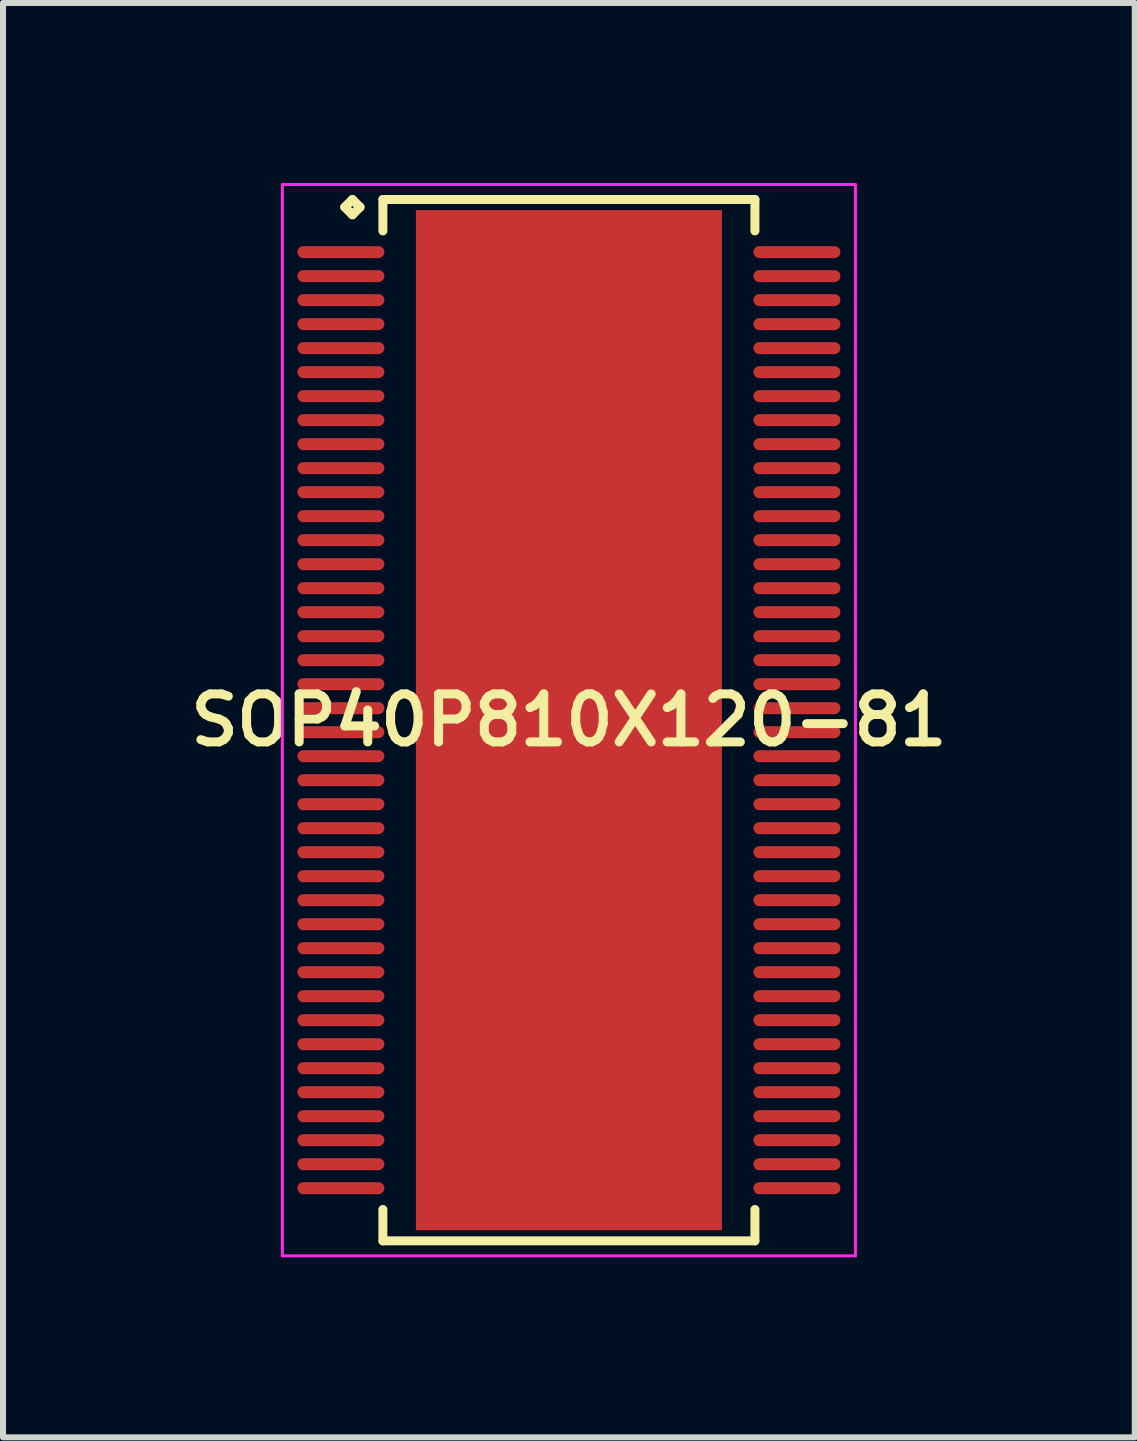
<source format=kicad_pcb>
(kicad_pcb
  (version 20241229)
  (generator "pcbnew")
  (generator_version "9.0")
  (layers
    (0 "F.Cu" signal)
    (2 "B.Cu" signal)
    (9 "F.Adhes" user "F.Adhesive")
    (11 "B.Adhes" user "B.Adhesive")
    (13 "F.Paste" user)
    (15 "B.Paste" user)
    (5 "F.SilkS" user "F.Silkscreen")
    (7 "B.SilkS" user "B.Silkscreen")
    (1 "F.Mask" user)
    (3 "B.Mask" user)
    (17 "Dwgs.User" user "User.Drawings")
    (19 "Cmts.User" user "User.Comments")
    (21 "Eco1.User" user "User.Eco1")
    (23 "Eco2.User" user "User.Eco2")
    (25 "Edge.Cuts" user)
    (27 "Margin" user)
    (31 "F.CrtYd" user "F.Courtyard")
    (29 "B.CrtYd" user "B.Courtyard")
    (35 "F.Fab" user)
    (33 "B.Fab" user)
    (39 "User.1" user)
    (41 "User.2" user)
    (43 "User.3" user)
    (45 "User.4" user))
  (footprint "SOP40P810X120-81"
    (layer "F.Cu")
    (at 6.431 8.952)
    (property "Reference" "SOP40P810X120-81" (at 0 0 0) (layer "F.SilkS") (effects (font (size 0.8 0.8) (thickness 0.15))))
    (attr smd)
    (fp_line (start -3.735 -8.55) (end -3.608 -8.677) (stroke (width 0.15) (type solid)) (layer "F.SilkS"))
    (fp_line (start -3.608 -8.677) (end -3.481 -8.55) (stroke (width 0.15) (type solid)) (layer "F.SilkS"))
    (fp_line (start -3.608 -8.423) (end -3.735 -8.55) (stroke (width 0.15) (type solid)) (layer "F.SilkS"))
    (fp_line (start -3.481 -8.55) (end -3.608 -8.423) (stroke (width 0.15) (type solid)) (layer "F.SilkS"))
    (fp_line (start -3.1 -8.677) (end 3.1 -8.677) (stroke (width 0.15) (type solid)) (layer "F.SilkS"))
    (fp_line (start -3.1 -8.154) (end -3.1 -8.677) (stroke (width 0.15) (type solid)) (layer "F.SilkS"))
    (fp_line (start -3.1 8.154) (end -3.1 8.677) (stroke (width 0.15) (type solid)) (layer "F.SilkS"))
    (fp_line (start -3.1 8.677) (end 3.1 8.677) (stroke (width 0.15) (type solid)) (layer "F.SilkS"))
    (fp_line (start 3.1 -8.677) (end 3.1 -8.154) (stroke (width 0.15) (type solid)) (layer "F.SilkS"))
    (fp_line (start 3.1 8.677) (end 3.1 8.154) (stroke (width 0.15) (type solid)) (layer "F.SilkS"))
    (fp_line (start -4.775 -8.927) (end 4.775 -8.927) (stroke (width 0.05) (type solid)) (layer "F.CrtYd"))
    (fp_line (start -4.775 8.927) (end -4.775 -8.927) (stroke (width 0.05) (type solid)) (layer "F.CrtYd"))
    (fp_line (start 4.775 -8.927) (end 4.775 8.927) (stroke (width 0.05) (type solid)) (layer "F.CrtYd"))
    (fp_line (start 4.775 8.927) (end -4.775 8.927) (stroke (width 0.05) (type solid)) (layer "F.CrtYd"))
    (pad "1" smd oval (at -3.8 -7.8) (size 1.45 0.2) (layers "F.Cu" "F.Mask" "F.Paste"))
    (pad "2" smd oval (at -3.8 -7.4) (size 1.45 0.2) (layers "F.Cu" "F.Mask" "F.Paste"))
    (pad "3" smd oval (at -3.8 -7) (size 1.45 0.2) (layers "F.Cu" "F.Mask" "F.Paste"))
    (pad "4" smd oval (at -3.8 -6.6) (size 1.45 0.2) (layers "F.Cu" "F.Mask" "F.Paste"))
    (pad "5" smd oval (at -3.8 -6.2) (size 1.45 0.2) (layers "F.Cu" "F.Mask" "F.Paste"))
    (pad "6" smd oval (at -3.8 -5.8) (size 1.45 0.2) (layers "F.Cu" "F.Mask" "F.Paste"))
    (pad "7" smd oval (at -3.8 -5.4) (size 1.45 0.2) (layers "F.Cu" "F.Mask" "F.Paste"))
    (pad "8" smd oval (at -3.8 -5) (size 1.45 0.2) (layers "F.Cu" "F.Mask" "F.Paste"))
    (pad "9" smd oval (at -3.8 -4.6) (size 1.45 0.2) (layers "F.Cu" "F.Mask" "F.Paste"))
    (pad "10" smd oval (at -3.8 -4.2) (size 1.45 0.2) (layers "F.Cu" "F.Mask" "F.Paste"))
    (pad "11" smd oval (at -3.8 -3.8) (size 1.45 0.2) (layers "F.Cu" "F.Mask" "F.Paste"))
    (pad "12" smd oval (at -3.8 -3.4) (size 1.45 0.2) (layers "F.Cu" "F.Mask" "F.Paste"))
    (pad "13" smd oval (at -3.8 -3) (size 1.45 0.2) (layers "F.Cu" "F.Mask" "F.Paste"))
    (pad "14" smd oval (at -3.8 -2.6) (size 1.45 0.2) (layers "F.Cu" "F.Mask" "F.Paste"))
    (pad "15" smd oval (at -3.8 -2.2) (size 1.45 0.2) (layers "F.Cu" "F.Mask" "F.Paste"))
    (pad "16" smd oval (at -3.8 -1.8) (size 1.45 0.2) (layers "F.Cu" "F.Mask" "F.Paste"))
    (pad "17" smd oval (at -3.8 -1.4) (size 1.45 0.2) (layers "F.Cu" "F.Mask" "F.Paste"))
    (pad "18" smd oval (at -3.8 -1) (size 1.45 0.2) (layers "F.Cu" "F.Mask" "F.Paste"))
    (pad "19" smd oval (at -3.8 -0.6) (size 1.45 0.2) (layers "F.Cu" "F.Mask" "F.Paste"))
    (pad "20" smd oval (at -3.8 -0.2) (size 1.45 0.2) (layers "F.Cu" "F.Mask" "F.Paste"))
    (pad "21" smd oval (at -3.8 0.2) (size 1.45 0.2) (layers "F.Cu" "F.Mask" "F.Paste"))
    (pad "22" smd oval (at -3.8 0.6) (size 1.45 0.2) (layers "F.Cu" "F.Mask" "F.Paste"))
    (pad "23" smd oval (at -3.8 1) (size 1.45 0.2) (layers "F.Cu" "F.Mask" "F.Paste"))
    (pad "24" smd oval (at -3.8 1.4) (size 1.45 0.2) (layers "F.Cu" "F.Mask" "F.Paste"))
    (pad "25" smd oval (at -3.8 1.8) (size 1.45 0.2) (layers "F.Cu" "F.Mask" "F.Paste"))
    (pad "26" smd oval (at -3.8 2.2) (size 1.45 0.2) (layers "F.Cu" "F.Mask" "F.Paste"))
    (pad "27" smd oval (at -3.8 2.6) (size 1.45 0.2) (layers "F.Cu" "F.Mask" "F.Paste"))
    (pad "28" smd oval (at -3.8 3) (size 1.45 0.2) (layers "F.Cu" "F.Mask" "F.Paste"))
    (pad "29" smd oval (at -3.8 3.4) (size 1.45 0.2) (layers "F.Cu" "F.Mask" "F.Paste"))
    (pad "30" smd oval (at -3.8 3.8) (size 1.45 0.2) (layers "F.Cu" "F.Mask" "F.Paste"))
    (pad "31" smd oval (at -3.8 4.2) (size 1.45 0.2) (layers "F.Cu" "F.Mask" "F.Paste"))
    (pad "32" smd oval (at -3.8 4.6) (size 1.45 0.2) (layers "F.Cu" "F.Mask" "F.Paste"))
    (pad "33" smd oval (at -3.8 5) (size 1.45 0.2) (layers "F.Cu" "F.Mask" "F.Paste"))
    (pad "34" smd oval (at -3.8 5.4) (size 1.45 0.2) (layers "F.Cu" "F.Mask" "F.Paste"))
    (pad "35" smd oval (at -3.8 5.8) (size 1.45 0.2) (layers "F.Cu" "F.Mask" "F.Paste"))
    (pad "36" smd oval (at -3.8 6.2) (size 1.45 0.2) (layers "F.Cu" "F.Mask" "F.Paste"))
    (pad "37" smd oval (at -3.8 6.6) (size 1.45 0.2) (layers "F.Cu" "F.Mask" "F.Paste"))
    (pad "38" smd oval (at -3.8 7) (size 1.45 0.2) (layers "F.Cu" "F.Mask" "F.Paste"))
    (pad "39" smd oval (at -3.8 7.4) (size 1.45 0.2) (layers "F.Cu" "F.Mask" "F.Paste"))
    (pad "40" smd oval (at -3.8 7.8) (size 1.45 0.2) (layers "F.Cu" "F.Mask" "F.Paste"))
    (pad "41" smd oval (at 3.8 7.8) (size 1.45 0.2) (layers "F.Cu" "F.Mask" "F.Paste"))
    (pad "42" smd oval (at 3.8 7.4) (size 1.45 0.2) (layers "F.Cu" "F.Mask" "F.Paste"))
    (pad "43" smd oval (at 3.8 7) (size 1.45 0.2) (layers "F.Cu" "F.Mask" "F.Paste"))
    (pad "44" smd oval (at 3.8 6.6) (size 1.45 0.2) (layers "F.Cu" "F.Mask" "F.Paste"))
    (pad "45" smd oval (at 3.8 6.2) (size 1.45 0.2) (layers "F.Cu" "F.Mask" "F.Paste"))
    (pad "46" smd oval (at 3.8 5.8) (size 1.45 0.2) (layers "F.Cu" "F.Mask" "F.Paste"))
    (pad "47" smd oval (at 3.8 5.4) (size 1.45 0.2) (layers "F.Cu" "F.Mask" "F.Paste"))
    (pad "48" smd oval (at 3.8 5) (size 1.45 0.2) (layers "F.Cu" "F.Mask" "F.Paste"))
    (pad "49" smd oval (at 3.8 4.6) (size 1.45 0.2) (layers "F.Cu" "F.Mask" "F.Paste"))
    (pad "50" smd oval (at 3.8 4.2) (size 1.45 0.2) (layers "F.Cu" "F.Mask" "F.Paste"))
    (pad "51" smd oval (at 3.8 3.8) (size 1.45 0.2) (layers "F.Cu" "F.Mask" "F.Paste"))
    (pad "52" smd oval (at 3.8 3.4) (size 1.45 0.2) (layers "F.Cu" "F.Mask" "F.Paste"))
    (pad "53" smd oval (at 3.8 3) (size 1.45 0.2) (layers "F.Cu" "F.Mask" "F.Paste"))
    (pad "54" smd oval (at 3.8 2.6) (size 1.45 0.2) (layers "F.Cu" "F.Mask" "F.Paste"))
    (pad "55" smd oval (at 3.8 2.2) (size 1.45 0.2) (layers "F.Cu" "F.Mask" "F.Paste"))
    (pad "56" smd oval (at 3.8 1.8) (size 1.45 0.2) (layers "F.Cu" "F.Mask" "F.Paste"))
    (pad "57" smd oval (at 3.8 1.4) (size 1.45 0.2) (layers "F.Cu" "F.Mask" "F.Paste"))
    (pad "58" smd oval (at 3.8 1) (size 1.45 0.2) (layers "F.Cu" "F.Mask" "F.Paste"))
    (pad "59" smd oval (at 3.8 0.6) (size 1.45 0.2) (layers "F.Cu" "F.Mask" "F.Paste"))
    (pad "60" smd oval (at 3.8 0.2) (size 1.45 0.2) (layers "F.Cu" "F.Mask" "F.Paste"))
    (pad "61" smd oval (at 3.8 -0.2) (size 1.45 0.2) (layers "F.Cu" "F.Mask" "F.Paste"))
    (pad "62" smd oval (at 3.8 -0.6) (size 1.45 0.2) (layers "F.Cu" "F.Mask" "F.Paste"))
    (pad "63" smd oval (at 3.8 -1) (size 1.45 0.2) (layers "F.Cu" "F.Mask" "F.Paste"))
    (pad "64" smd oval (at 3.8 -1.4) (size 1.45 0.2) (layers "F.Cu" "F.Mask" "F.Paste"))
    (pad "65" smd oval (at 3.8 -1.8) (size 1.45 0.2) (layers "F.Cu" "F.Mask" "F.Paste"))
    (pad "66" smd oval (at 3.8 -2.2) (size 1.45 0.2) (layers "F.Cu" "F.Mask" "F.Paste"))
    (pad "67" smd oval (at 3.8 -2.6) (size 1.45 0.2) (layers "F.Cu" "F.Mask" "F.Paste"))
    (pad "68" smd oval (at 3.8 -3) (size 1.45 0.2) (layers "F.Cu" "F.Mask" "F.Paste"))
    (pad "69" smd oval (at 3.8 -3.4) (size 1.45 0.2) (layers "F.Cu" "F.Mask" "F.Paste"))
    (pad "70" smd oval (at 3.8 -3.8) (size 1.45 0.2) (layers "F.Cu" "F.Mask" "F.Paste"))
    (pad "71" smd oval (at 3.8 -4.2) (size 1.45 0.2) (layers "F.Cu" "F.Mask" "F.Paste"))
    (pad "72" smd oval (at 3.8 -4.6) (size 1.45 0.2) (layers "F.Cu" "F.Mask" "F.Paste"))
    (pad "73" smd oval (at 3.8 -5) (size 1.45 0.2) (layers "F.Cu" "F.Mask" "F.Paste"))
    (pad "74" smd oval (at 3.8 -5.4) (size 1.45 0.2) (layers "F.Cu" "F.Mask" "F.Paste"))
    (pad "75" smd oval (at 3.8 -5.8) (size 1.45 0.2) (layers "F.Cu" "F.Mask" "F.Paste"))
    (pad "76" smd oval (at 3.8 -6.2) (size 1.45 0.2) (layers "F.Cu" "F.Mask" "F.Paste"))
    (pad "77" smd oval (at 3.8 -6.6) (size 1.45 0.2) (layers "F.Cu" "F.Mask" "F.Paste"))
    (pad "78" smd oval (at 3.8 -7) (size 1.45 0.2) (layers "F.Cu" "F.Mask" "F.Paste"))
    (pad "79" smd oval (at 3.8 -7.4) (size 1.45 0.2) (layers "F.Cu" "F.Mask" "F.Paste"))
    (pad "80" smd oval (at 3.8 -7.8) (size 1.45 0.2) (layers "F.Cu" "F.Mask" "F.Paste"))
    (pad "81" smd rect (at 0 0) (size 5.1 17) (layers "F.Cu" "F.Mask" "F.Paste")))
  (gr_rect
    (start -3 -3)
    (end 15.861 20.904)
    (stroke (width 0.1) (type default))
    (fill no)
    (layer "Edge.Cuts")))
</source>
